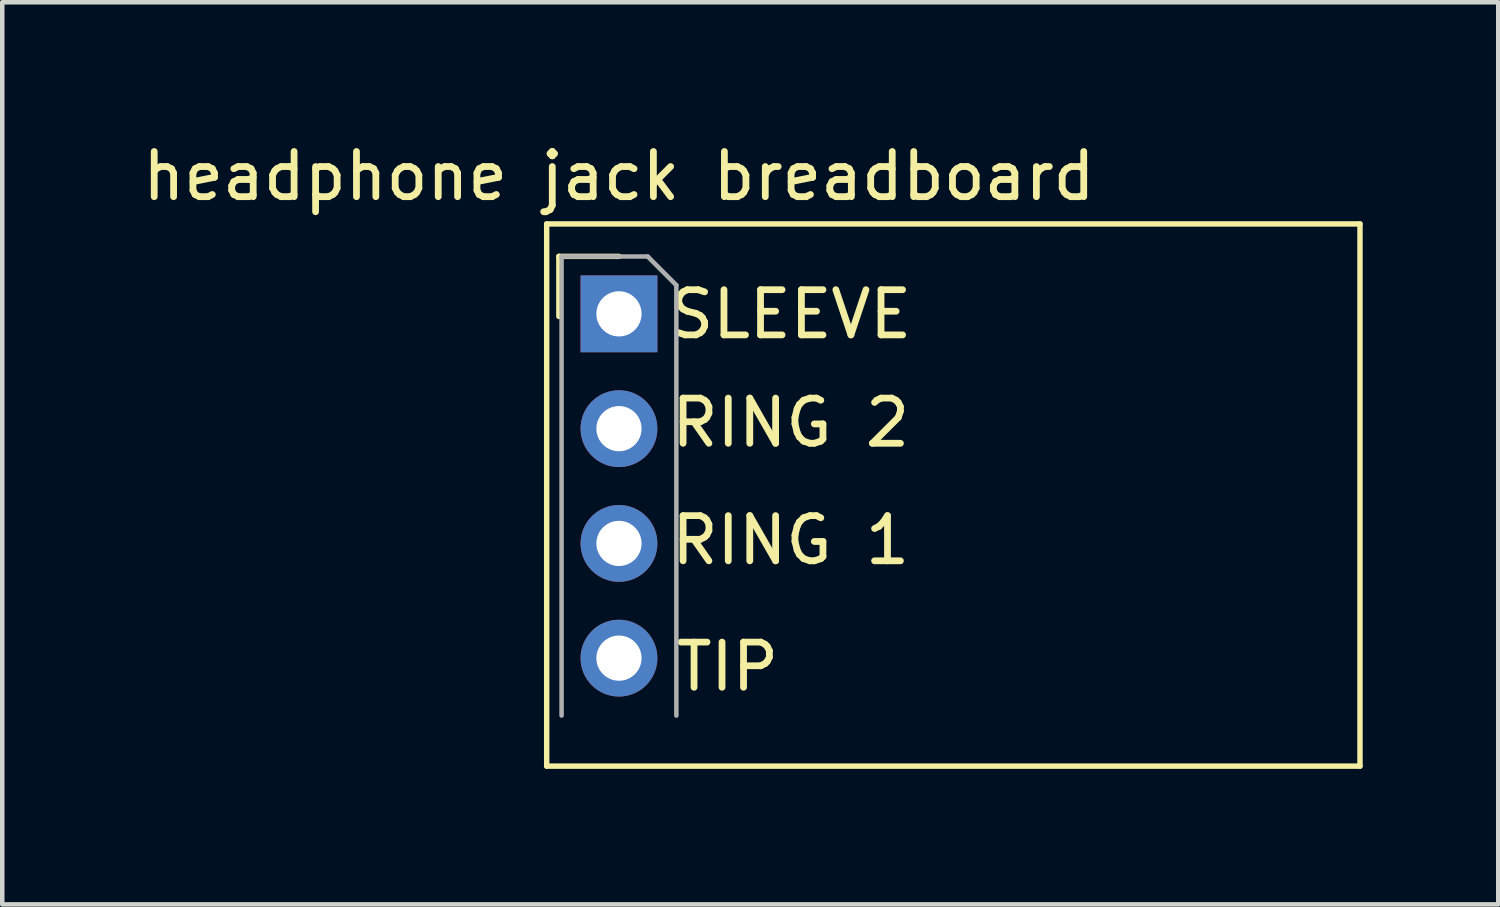
<source format=kicad_pcb>
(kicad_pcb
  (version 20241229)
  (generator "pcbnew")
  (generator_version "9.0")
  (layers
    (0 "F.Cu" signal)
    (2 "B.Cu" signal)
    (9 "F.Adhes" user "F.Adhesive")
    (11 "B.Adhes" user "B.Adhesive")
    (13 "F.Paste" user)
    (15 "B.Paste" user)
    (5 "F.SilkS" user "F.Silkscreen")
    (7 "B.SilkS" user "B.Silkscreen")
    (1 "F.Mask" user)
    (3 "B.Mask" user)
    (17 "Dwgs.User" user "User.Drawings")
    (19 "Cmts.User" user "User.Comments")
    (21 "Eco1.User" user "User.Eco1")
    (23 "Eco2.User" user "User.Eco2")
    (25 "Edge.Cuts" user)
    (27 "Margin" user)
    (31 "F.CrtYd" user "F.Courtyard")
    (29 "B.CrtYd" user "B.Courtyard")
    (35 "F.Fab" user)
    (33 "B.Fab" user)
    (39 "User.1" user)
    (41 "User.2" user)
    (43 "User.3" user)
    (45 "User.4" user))
  (footprint "headphone jack breadboard"
    (layer "F.Cu")
    (at 18.319 7.824)
    (property "Reference" "headphone jack breadboard" (at -7.67 -6.976 0) (unlocked yes) (layer "F.SilkS") (effects (font (size 1 1) (thickness 0.15))))
    (attr through_hole)
    (fp_line (start -9.27 -5.918) (end 8.73 -5.918) (stroke (width 0.12) (type solid)) (layer "F.SilkS"))
    (fp_line (start -9.27 6.082) (end -9.27 -5.918) (stroke (width 0.12) (type solid)) (layer "F.SilkS"))
    (fp_line (start -9 -5.2) (end -7.67 -5.2) (stroke (width 0.12) (type solid)) (layer "F.SilkS"))
    (fp_line (start -9 -3.87) (end -9 -5.2) (stroke (width 0.12) (type solid)) (layer "F.SilkS"))
    (fp_line (start 8.73 -5.918) (end 8.73 6.082) (stroke (width 0.12) (type solid)) (layer "F.SilkS"))
    (fp_line (start 8.73 6.082) (end -9.27 6.082) (stroke (width 0.12) (type solid)) (layer "F.SilkS"))
    (fp_line (start -8.94 -5.197) (end -7.035 -5.197) (stroke (width 0.1) (type solid)) (layer "F.Fab"))
    (fp_line (start -8.94 4.963) (end -8.94 -5.197) (stroke (width 0.1) (type solid)) (layer "F.Fab"))
    (fp_line (start -7.035 -5.197) (end -6.4 -4.562) (stroke (width 0.1) (type solid)) (layer "F.Fab"))
    (fp_line (start -6.4 -4.562) (end -6.4 4.963) (stroke (width 0.1) (type solid)) (layer "F.Fab"))
    (fp_text user "TIP" (at -5.27 3.882 0) (unlocked yes) (layer "F.SilkS") (effects (font (size 1 1) (thickness 0.15))))
    (fp_text user "RING 1" (at -3.87 1.083 0) (unlocked yes) (layer "F.SilkS") (effects (font (size 1 1) (thickness 0.15))))
    (fp_text user "SLEEVE" (at -3.87 -3.917 0) (unlocked yes) (layer "F.SilkS") (effects (font (size 1 1) (thickness 0.15))))
    (fp_text user "RING 2" (at -3.87 -1.518 0) (unlocked yes) (layer "F.SilkS") (effects (font (size 1 1) (thickness 0.15))))
    (pad "1" thru_hole rect (at -7.67 -3.928) (size 1.7 1.7) (drill 1) (layers "*.Cu" "*.Mask"))
    (pad "2" thru_hole oval (at -7.67 -1.387) (size 1.7 1.7) (drill 1) (layers "*.Cu" "*.Mask"))
    (pad "3" thru_hole oval (at -7.67 1.153) (size 1.7 1.7) (drill 1) (layers "*.Cu" "*.Mask"))
    (pad "4" thru_hole oval (at -7.67 3.692) (size 1.7 1.7) (drill 1) (layers "*.Cu" "*.Mask")))
  (gr_rect
    (start -3 -3)
    (end 30.109 16.966)
    (stroke (width 0.1) (type default))
    (fill no)
    (layer "Edge.Cuts")))
</source>
